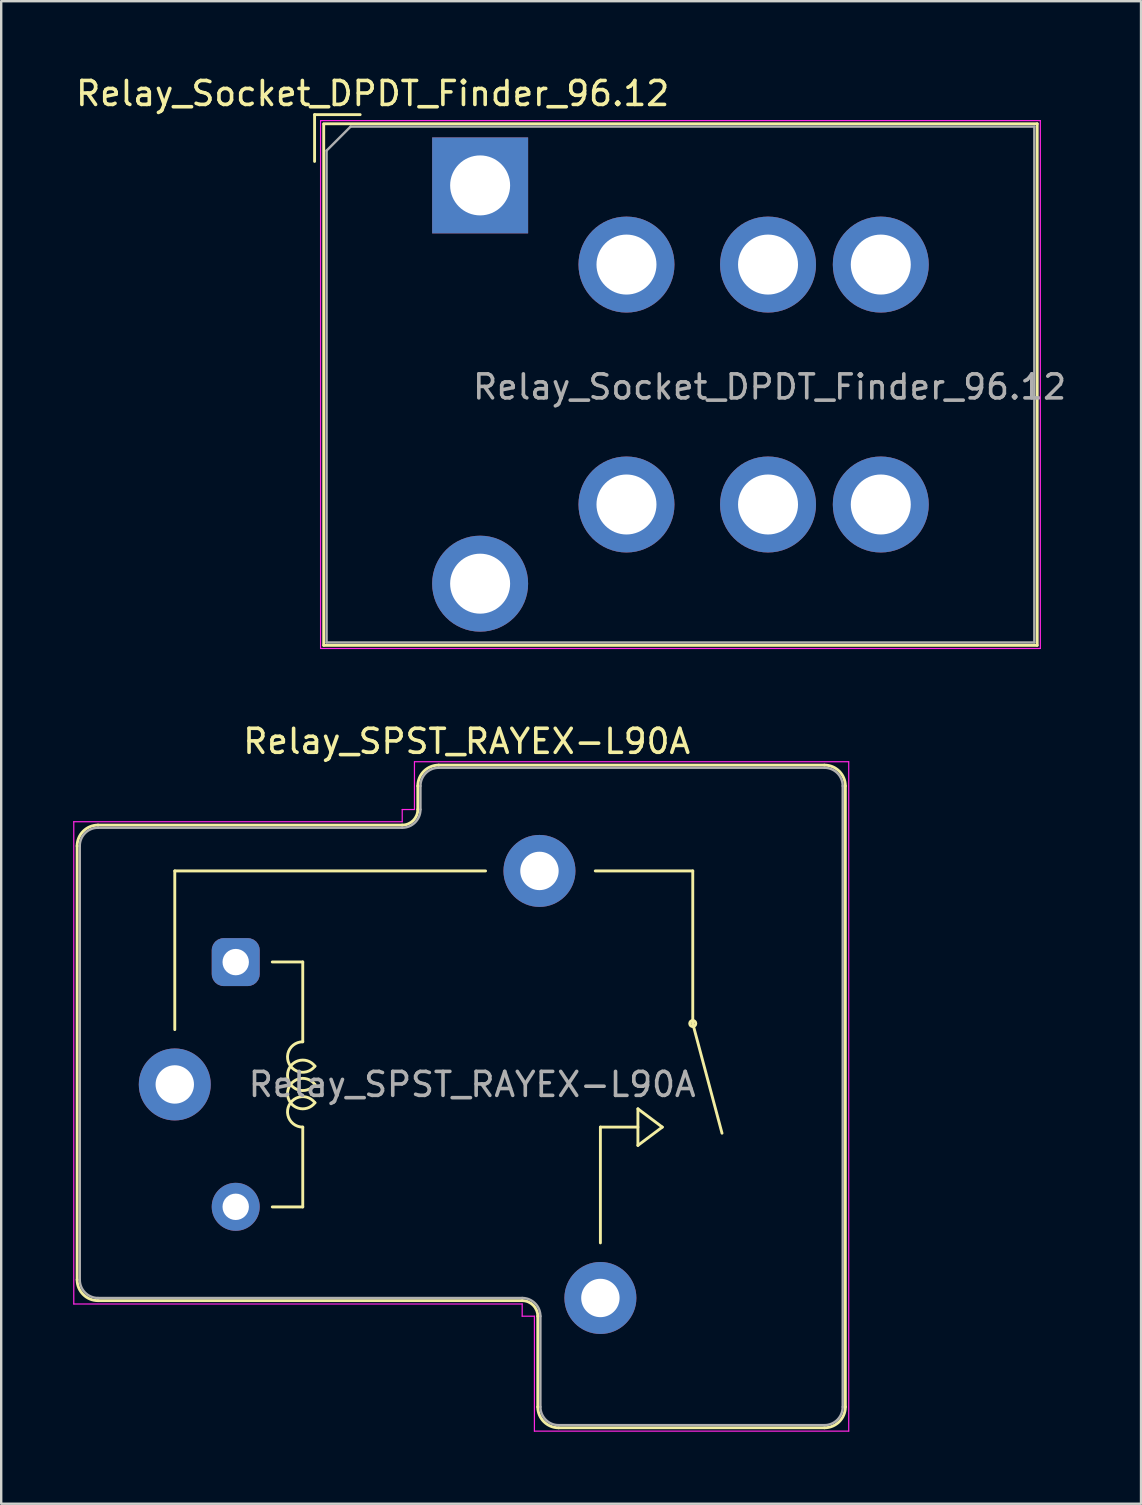
<source format=kicad_pcb>
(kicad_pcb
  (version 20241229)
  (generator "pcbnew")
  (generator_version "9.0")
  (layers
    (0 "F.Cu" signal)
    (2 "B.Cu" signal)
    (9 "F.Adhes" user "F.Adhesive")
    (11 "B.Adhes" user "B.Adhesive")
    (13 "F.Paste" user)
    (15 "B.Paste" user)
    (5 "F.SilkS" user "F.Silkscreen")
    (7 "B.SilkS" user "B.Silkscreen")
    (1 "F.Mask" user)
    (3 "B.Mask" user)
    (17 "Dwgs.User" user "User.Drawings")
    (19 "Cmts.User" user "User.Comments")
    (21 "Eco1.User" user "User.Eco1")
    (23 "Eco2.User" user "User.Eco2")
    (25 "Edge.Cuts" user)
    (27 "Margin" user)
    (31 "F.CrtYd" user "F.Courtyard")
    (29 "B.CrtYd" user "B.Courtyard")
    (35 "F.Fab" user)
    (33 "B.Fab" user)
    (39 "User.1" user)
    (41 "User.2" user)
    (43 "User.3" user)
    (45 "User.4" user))
  (footprint "Relay_Socket_DPDT_Finder_96.12"
    (layer "F.Cu")
    (at 16.962 4.678)
    (property "Reference" "Relay_Socket_DPDT_Finder_96.12" (at -4.48 -3.83 180) (layer "F.SilkS") (effects (font (size 1 1) (thickness 0.15))))
    (attr through_hole)
    (fp_line (start -6.9 -2.95) (end -5 -2.95) (stroke (width 0.12) (type solid)) (layer "F.SilkS"))
    (fp_line (start -6.9 -1) (end -6.9 -2.95) (stroke (width 0.12) (type solid)) (layer "F.SilkS"))
    (fp_line (start -6.52 -2.57) (end 23.22 -2.57) (stroke (width 0.12) (type solid)) (layer "F.SilkS"))
    (fp_line (start -6.52 -2.55) (end -6.52 19.17) (stroke (width 0.12) (type solid)) (layer "F.SilkS"))
    (fp_line (start -6.52 19.17) (end 23.22 19.17) (stroke (width 0.12) (type solid)) (layer "F.SilkS"))
    (fp_line (start 23.22 -2.57) (end 23.22 19.17) (stroke (width 0.12) (type solid)) (layer "F.SilkS"))
    (fp_line (start -6.65 -2.7) (end -6.65 19.3) (stroke (width 0.05) (type solid)) (layer "F.CrtYd"))
    (fp_line (start -6.65 -2.7) (end 23.35 -2.7) (stroke (width 0.05) (type solid)) (layer "F.CrtYd"))
    (fp_line (start -6.65 19.3) (end 23.35 19.3) (stroke (width 0.05) (type solid)) (layer "F.CrtYd"))
    (fp_line (start 23.35 -2.7) (end 23.35 19.3) (stroke (width 0.05) (type solid)) (layer "F.CrtYd"))
    (fp_line (start -6.4 -1.45) (end -6.4 19.05) (stroke (width 0.1) (type solid)) (layer "F.Fab"))
    (fp_line (start -6.4 -1.45) (end -5.4 -2.45) (stroke (width 0.1) (type solid)) (layer "F.Fab"))
    (fp_line (start -5.4 -2.45) (end 23.1 -2.45) (stroke (width 0.1) (type solid)) (layer "F.Fab"))
    (fp_line (start 23.1 -2.45) (end 23.1 19.05) (stroke (width 0.1) (type solid)) (layer "F.Fab"))
    (fp_line (start 23.1 19.05) (end -6.4 19.05) (stroke (width 0.1) (type solid)) (layer "F.Fab"))
    (fp_text user "${REFERENCE}" (at 12.065 8.4 0) (layer "F.Fab") (effects (font (size 1 1) (thickness 0.15))))
    (pad "11" thru_hole circle (at 6.1 3.3) (size 4 4) (drill 2.5) (layers "*.Cu" "*.Mask"))
    (pad "12" thru_hole circle (at 16.7 3.3) (size 4 4) (drill 2.5) (layers "*.Cu" "*.Mask"))
    (pad "14" thru_hole circle (at 12 3.3) (size 4 4) (drill 2.5) (layers "*.Cu" "*.Mask"))
    (pad "21" thru_hole circle (at 6.1 13.3) (size 4 4) (drill 2.5) (layers "*.Cu" "*.Mask"))
    (pad "22" thru_hole circle (at 16.7 13.3) (size 4 4) (drill 2.5) (layers "*.Cu" "*.Mask"))
    (pad "24" thru_hole circle (at 12 13.3) (size 4 4) (drill 2.5) (layers "*.Cu" "*.Mask"))
    (pad "A1" thru_hole rect (at 0 0) (size 4 4) (drill 2.5) (layers "*.Cu" "*.Mask"))
    (pad "A2" thru_hole circle (at 0 16.6) (size 4 4) (drill 2.5) (layers "*.Cu" "*.Mask")))
  (footprint "Relay_SPST_RAYEX-L90A"
    (layer "F.Cu")
    (at 4.235 42.151)
    (property "Reference" "Relay_SPST_RAYEX-L90A" (at 12.167 -14.3 0) (layer "F.SilkS") (effects (font (size 1 1) (thickness 0.15))))
    (attr through_hole)
    (fp_line (start -4.07 -9.94) (end -4.07 8.14) (stroke (width 0.12) (type solid)) (layer "F.SilkS"))
    (fp_line (start -3.2 -10.81) (end 9.48 -10.81) (stroke (width 0.12) (type solid)) (layer "F.SilkS"))
    (fp_line (start -3.2 9.01) (end 14.48 9.01) (stroke (width 0.12) (type solid)) (layer "F.SilkS"))
    (fp_line (start 0 -8.9) (end 0 -2.286) (stroke (width 0.12) (type solid)) (layer "F.SilkS"))
    (fp_line (start 0 -8.9) (end 12.954 -8.9) (stroke (width 0.12) (type solid)) (layer "F.SilkS"))
    (fp_line (start 4.064 -5.105) (end 5.334 -5.105) (stroke (width 0.12) (type solid)) (layer "F.SilkS"))
    (fp_line (start 5.334 -1.778) (end 5.334 -5.105) (stroke (width 0.12) (type solid)) (layer "F.SilkS"))
    (fp_line (start 5.334 5.105) (end 4.064 5.105) (stroke (width 0.12) (type solid)) (layer "F.SilkS"))
    (fp_line (start 5.334 5.105) (end 5.334 1.778) (stroke (width 0.12) (type solid)) (layer "F.SilkS"))
    (fp_line (start 10.13 -12.44) (end 10.13 -11.46) (stroke (width 0.12) (type solid)) (layer "F.SilkS"))
    (fp_line (start 11 -13.31) (end 27.08 -13.31) (stroke (width 0.12) (type solid)) (layer "F.SilkS"))
    (fp_line (start 15.13 9.66) (end 15.13 13.44) (stroke (width 0.12) (type solid)) (layer "F.SilkS"))
    (fp_line (start 16 14.31) (end 27.08 14.31) (stroke (width 0.12) (type solid)) (layer "F.SilkS"))
    (fp_line (start 17.74 1.778) (end 19.304 1.778) (stroke (width 0.12) (type solid)) (layer "F.SilkS"))
    (fp_line (start 17.74 6.604) (end 17.74 1.778) (stroke (width 0.12) (type solid)) (layer "F.SilkS"))
    (fp_line (start 19.304 1.016) (end 19.304 2.54) (stroke (width 0.12) (type solid)) (layer "F.SilkS"))
    (fp_line (start 19.304 2.54) (end 20.32 1.778) (stroke (width 0.12) (type solid)) (layer "F.SilkS"))
    (fp_line (start 20.32 1.778) (end 19.304 1.016) (stroke (width 0.12) (type solid)) (layer "F.SilkS"))
    (fp_line (start 21.59 -8.9) (end 17.526 -8.9) (stroke (width 0.12) (type solid)) (layer "F.SilkS"))
    (fp_line (start 21.59 -2.54) (end 21.59 -8.9) (stroke (width 0.12) (type solid)) (layer "F.SilkS"))
    (fp_line (start 21.59 -2.54) (end 22.809 2.032) (stroke (width 0.12) (type solid)) (layer "F.SilkS"))
    (fp_line (start 27.95 -12.44) (end 27.95 13.44) (stroke (width 0.12) (type solid)) (layer "F.SilkS"))
    (fp_arc (start -4.07 -9.94) (mid -3.815183 -10.555183) (end -3.2 -10.81) (stroke (width 0.12) (type solid)) (layer "F.SilkS"))
    (fp_arc (start -3.2 9.01) (mid -3.815183 8.755183) (end -4.07 8.14) (stroke (width 0.12) (type solid)) (layer "F.SilkS"))
    (fp_arc (start 5.334002 1.777997) (mid 4.765966 0.859166) (end 5.841802 0.76173) (stroke (width 0.12) (type solid)) (layer "F.SilkS"))
    (fp_arc (start 5.8418 -0.761733) (mid 4.765964 -0.859168) (end 5.334 -1.778) (stroke (width 0.12) (type solid)) (layer "F.SilkS"))
    (fp_arc (start 5.842265 -0.000355) (mid 4.699002 -0.38078) (end 5.842 -0.762001) (stroke (width 0.12) (type solid)) (layer "F.SilkS"))
    (fp_arc (start 5.842266 0.761644) (mid 4.699003 0.381219) (end 5.842001 -0.000002) (stroke (width 0.12) (type solid)) (layer "F.SilkS"))
    (fp_arc (start 10.13 -12.44) (mid 10.384817 -13.055183) (end 11 -13.31) (stroke (width 0.12) (type solid)) (layer "F.SilkS"))
    (fp_arc (start 10.13 -11.46) (mid 9.939619 -11.000381) (end 9.48 -10.81) (stroke (width 0.12) (type solid)) (layer "F.SilkS"))
    (fp_arc (start 14.48 9.01) (mid 14.939619 9.200381) (end 15.13 9.66) (stroke (width 0.12) (type solid)) (layer "F.SilkS"))
    (fp_arc (start 16 14.31) (mid 15.384817 14.055183) (end 15.13 13.44) (stroke (width 0.12) (type solid)) (layer "F.SilkS"))
    (fp_arc (start 27.08 -13.31) (mid 27.695183 -13.055183) (end 27.95 -12.44) (stroke (width 0.12) (type solid)) (layer "F.SilkS"))
    (fp_arc (start 27.95 13.44) (mid 27.695183 14.055183) (end 27.08 14.31) (stroke (width 0.12) (type solid)) (layer "F.SilkS"))
    (fp_circle (center 21.59 -2.54) (end 21.59 -2.413) (stroke (width 0.12) (type solid)) (fill no) (layer "F.SilkS"))
    (fp_line (start -4.21 -10.95) (end -4.21 9.15) (stroke (width 0.05) (type solid)) (layer "F.CrtYd"))
    (fp_line (start -4.21 -10.95) (end 9.48 -10.95) (stroke (width 0.05) (type solid)) (layer "F.CrtYd"))
    (fp_line (start -4.21 9.15) (end 14.48 9.15) (stroke (width 0.05) (type solid)) (layer "F.CrtYd"))
    (fp_line (start 9.48 -11.46) (end 9.48 -10.95) (stroke (width 0.05) (type solid)) (layer "F.CrtYd"))
    (fp_line (start 9.48 -11.46) (end 9.99 -11.46) (stroke (width 0.05) (type solid)) (layer "F.CrtYd"))
    (fp_line (start 9.99 -13.45) (end 9.99 -11.46) (stroke (width 0.05) (type solid)) (layer "F.CrtYd"))
    (fp_line (start 9.99 -13.45) (end 28.09 -13.45) (stroke (width 0.05) (type solid)) (layer "F.CrtYd"))
    (fp_line (start 14.48 9.15) (end 14.48 9.66) (stroke (width 0.05) (type solid)) (layer "F.CrtYd"))
    (fp_line (start 14.48 9.66) (end 14.99 9.66) (stroke (width 0.05) (type solid)) (layer "F.CrtYd"))
    (fp_line (start 14.99 9.66) (end 14.99 14.45) (stroke (width 0.05) (type solid)) (layer "F.CrtYd"))
    (fp_line (start 14.99 14.45) (end 28.09 14.45) (stroke (width 0.05) (type solid)) (layer "F.CrtYd"))
    (fp_line (start 28.09 -13.45) (end 28.09 14.45) (stroke (width 0.05) (type solid)) (layer "F.CrtYd"))
    (fp_line (start -3.96 -9.94) (end -3.96 8.14) (stroke (width 0.1) (type solid)) (layer "F.Fab"))
    (fp_line (start -3.2 -10.7) (end 9.48 -10.7) (stroke (width 0.1) (type solid)) (layer "F.Fab"))
    (fp_line (start -3.2 8.9) (end 14.48 8.9) (stroke (width 0.1) (type solid)) (layer "F.Fab"))
    (fp_line (start 10.24 -12.44) (end 10.24 -11.46) (stroke (width 0.1) (type solid)) (layer "F.Fab"))
    (fp_line (start 11 -13.2) (end 27.08 -13.2) (stroke (width 0.1) (type solid)) (layer "F.Fab"))
    (fp_line (start 15.24 9.66) (end 15.24 13.44) (stroke (width 0.1) (type solid)) (layer "F.Fab"))
    (fp_line (start 16 14.2) (end 27.08 14.2) (stroke (width 0.1) (type solid)) (layer "F.Fab"))
    (fp_line (start 27.84 -12.44) (end 27.84 13.44) (stroke (width 0.1) (type solid)) (layer "F.Fab"))
    (fp_arc (start -3.96 -9.94) (mid -3.737401 -10.477401) (end -3.2 -10.7) (stroke (width 0.1) (type solid)) (layer "F.Fab"))
    (fp_arc (start -3.2 8.9) (mid -3.737401 8.677401) (end -3.96 8.14) (stroke (width 0.1) (type solid)) (layer "F.Fab"))
    (fp_arc (start 10.24 -12.44) (mid 10.462599 -12.977401) (end 11 -13.2) (stroke (width 0.1) (type solid)) (layer "F.Fab"))
    (fp_arc (start 10.24 -11.46) (mid 10.017401 -10.922599) (end 9.48 -10.7) (stroke (width 0.1) (type solid)) (layer "F.Fab"))
    (fp_arc (start 14.48 8.9) (mid 15.017401 9.122599) (end 15.24 9.66) (stroke (width 0.1) (type solid)) (layer "F.Fab"))
    (fp_arc (start 16 14.2) (mid 15.462599 13.977401) (end 15.24 13.44) (stroke (width 0.1) (type solid)) (layer "F.Fab"))
    (fp_arc (start 27.08 -13.2) (mid 27.617401 -12.977401) (end 27.84 -12.44) (stroke (width 0.1) (type solid)) (layer "F.Fab"))
    (fp_arc (start 27.84 13.44) (mid 27.617401 13.977401) (end 27.08 14.2) (stroke (width 0.1) (type solid)) (layer "F.Fab"))
    (fp_text user "${REFERENCE}" (at 12.395 0 0) (layer "F.Fab") (effects (font (size 1 1) (thickness 0.15))))
    (pad "13A" thru_hole circle (at 0 0 180) (size 3 3) (drill 1.6) (layers "*.Cu" "*.Mask"))
    (pad "13B" thru_hole circle (at 15.2 -8.9 180) (size 3 3) (drill 1.6) (layers "*.Cu" "*.Mask"))
    (pad "14" thru_hole circle (at 17.74 8.9 180) (size 3 3) (drill 1.6) (layers "*.Cu" "*.Mask"))
    (pad "A1" thru_hole roundrect (at 2.54 -5.1 180) (size 2 2) (drill 1.1) (layers "*.Cu" "*.Mask") (roundrect_rratio 0.25))
    (pad "A2" thru_hole circle (at 2.54 5.1 180) (size 2 2) (drill 1.1) (layers "*.Cu" "*.Mask")))
  (gr_rect
    (start -3 -3)
    (end 44.509 59.627)
    (stroke (width 0.1) (type default))
    (fill no)
    (layer "Edge.Cuts")))
</source>
